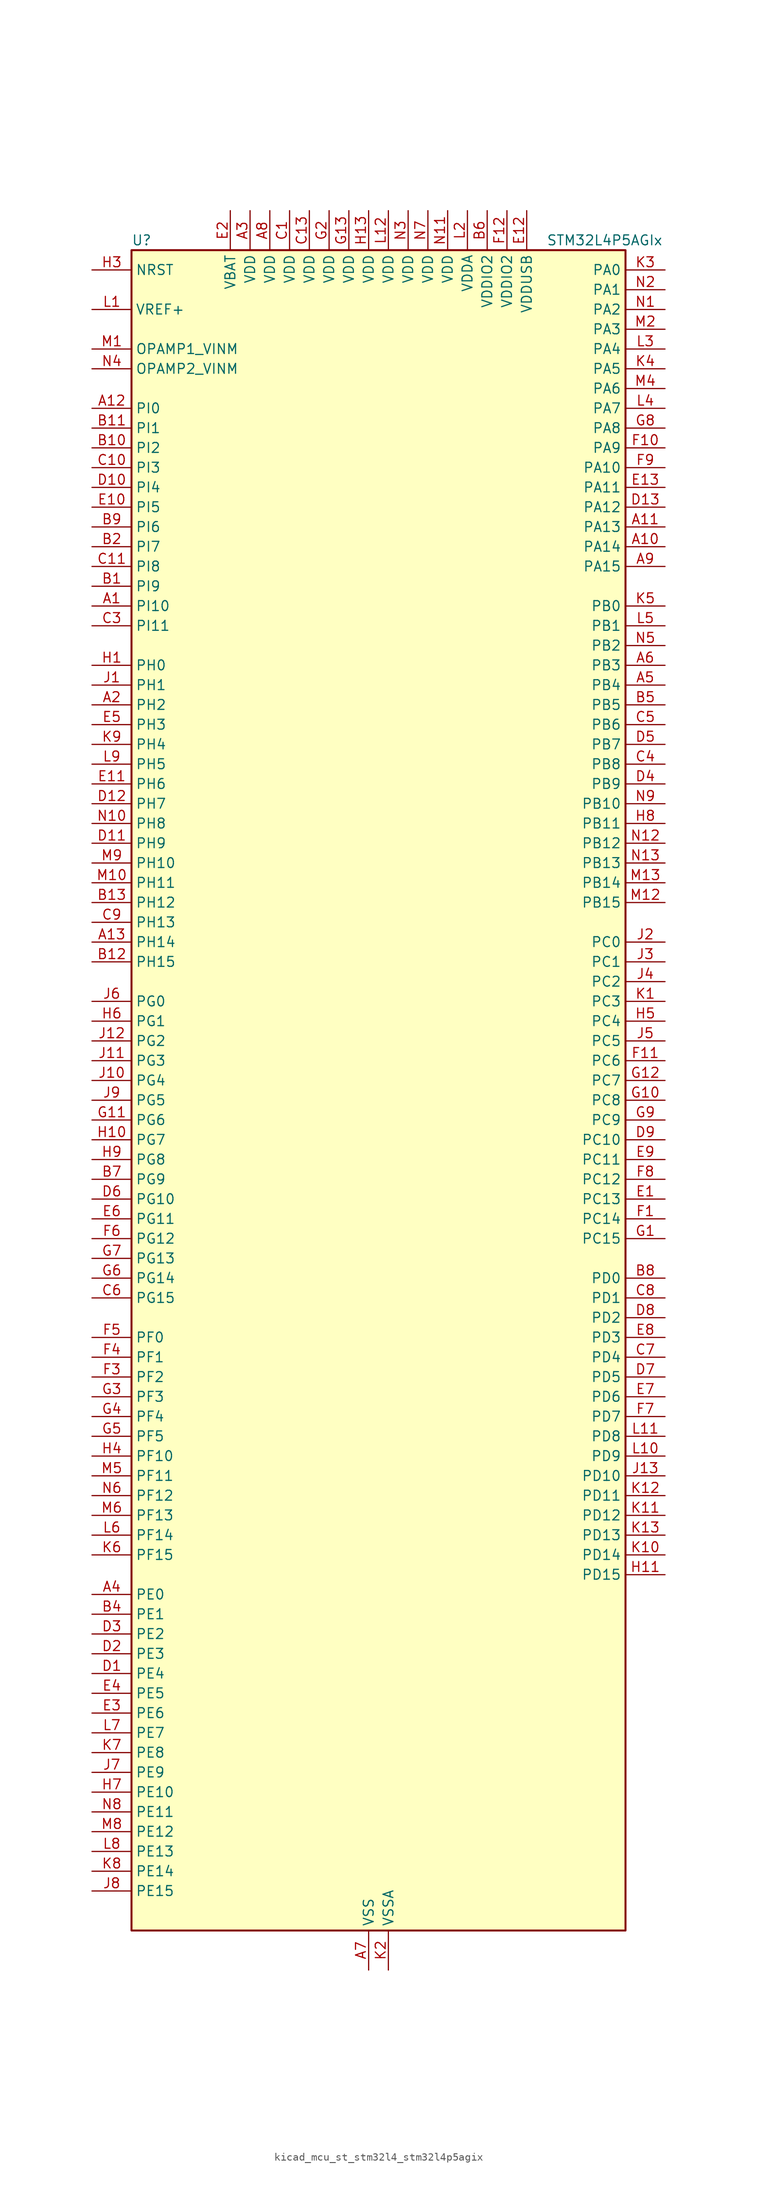
<source format=kicad_sym>
(kicad_symbol_lib
  (version 20220914)
  (generator kicad_symbol_editor)
  (symbol "kicad_mcu_st_stm32l4_stm32l4p5agix"
    (property "Reference" "U"
      (at -30.48 110.49 0)
      (effects (font (size 1.27 1.27)) (justify left)))
    (property "Value" "STM32L4P5AGIx"
      (at 22.86 110.49 0)
      (effects (font (size 1.27 1.27)) (justify left)))
    (property "ki_locked" ""
      (at 0 0 0)
      (effects (font (size 1.27 1.27))))
    (symbol "kicad_mcu_st_stm32l4_stm32l4p5agix_0_1"
      (rectangle (start -30.48 -106.68) (end 33.02 109.22) (stroke (width 0.254) (type default)) (fill (type background))))
    (symbol "kicad_mcu_st_stm32l4_stm32l4p5agix_1_1"
      (pin bidirectional line (at -35.56 63.5 0) (length 5.08) (name "PI10" (effects (font (size 1.27 1.27)))) (number "A1" (effects (font (size 1.27 1.27)))) (alternate "OCTOSPIM_P2_IO1" bidirectional line) (alternate "PSSI_D14" bidirectional line))
      (pin bidirectional line (at 38.1 71.12 180) (length 5.08) (name "PA14" (effects (font (size 1.27 1.27)))) (number "A10" (effects (font (size 1.27 1.27)))) (alternate "I2C1_SMBA" bidirectional line) (alternate "I2C4_SMBA" bidirectional line) (alternate "LPTIM1_OUT" bidirectional line) (alternate "SAI1_FS_B" bidirectional line) (alternate "SYS_JTCK-SWCLK" bidirectional line) (alternate "USB_OTG_FS_SOF" bidirectional line))
      (pin bidirectional line (at 38.1 73.66 180) (length 5.08) (name "PA13" (effects (font (size 1.27 1.27)))) (number "A11" (effects (font (size 1.27 1.27)))) (alternate "IR_OUT" bidirectional line) (alternate "SAI1_SD_B" bidirectional line) (alternate "SYS_JTMS-SWDIO" bidirectional line) (alternate "USB_OTG_FS_NOE" bidirectional line))
      (pin bidirectional line (at -35.56 88.9 0) (length 5.08) (name "PI0" (effects (font (size 1.27 1.27)))) (number "A12" (effects (font (size 1.27 1.27)))) (alternate "DCMI_D13" bidirectional line) (alternate "OCTOSPIM_P1_IO5" bidirectional line) (alternate "PSSI_D13" bidirectional line) (alternate "SPI2_NSS" bidirectional line) (alternate "TIM5_CH4" bidirectional line))
      (pin bidirectional line (at -35.56 20.32 0) (length 5.08) (name "PH14" (effects (font (size 1.27 1.27)))) (number "A13" (effects (font (size 1.27 1.27)))) (alternate "DCMI_D4" bidirectional line) (alternate "PSSI_D4" bidirectional line) (alternate "TIM8_CH2N" bidirectional line))
      (pin bidirectional line (at -35.56 50.8 0) (length 5.08) (name "PH2" (effects (font (size 1.27 1.27)))) (number "A2" (effects (font (size 1.27 1.27)))) (alternate "OCTOSPIM_P1_IO4" bidirectional line))
      (pin power_in line (at -15.24 114.3 270) (length 5.08) (name "VDD" (effects (font (size 1.27 1.27)))) (number "A3" (effects (font (size 1.27 1.27)))))
      (pin bidirectional line (at -35.56 -63.5 0) (length 5.08) (name "PE0" (effects (font (size 1.27 1.27)))) (number "A4" (effects (font (size 1.27 1.27)))) (alternate "DCMI_D2" bidirectional line) (alternate "FMC_NBL0" bidirectional line) (alternate "LTDC_HSYNC" bidirectional line) (alternate "PSSI_D2" bidirectional line) (alternate "TIM16_CH1" bidirectional line) (alternate "TIM4_ETR" bidirectional line))
      (pin bidirectional line (at 38.1 53.34 180) (length 5.08) (name "PB4" (effects (font (size 1.27 1.27)))) (number "A5" (effects (font (size 1.27 1.27)))) (alternate "COMP2_INP" bidirectional line) (alternate "DCMI_D12" bidirectional line) (alternate "I2C3_SDA" bidirectional line) (alternate "OCTOSPIM_P1_IO5" bidirectional line) (alternate "PSSI_D12" bidirectional line) (alternate "SAI1_MCLK_B" bidirectional line) (alternate "SDMMC2_D3" bidirectional line) (alternate "SPI1_MISO" bidirectional line) (alternate "SPI3_MISO" bidirectional line) (alternate "SYS_JTRST" bidirectional line) (alternate "TIM17_BKIN" bidirectional line) (alternate "TIM3_CH1" bidirectional line) (alternate "TSC_G2_IO1" bidirectional line) (alternate "UART5_DE" bidirectional line) (alternate "UART5_RTS" bidirectional line) (alternate "USART1_CTS" bidirectional line) (alternate "USART1_NSS" bidirectional line))
      (pin bidirectional line (at 38.1 55.88 180) (length 5.08) (name "PB3" (effects (font (size 1.27 1.27)))) (number "A6" (effects (font (size 1.27 1.27)))) (alternate "COMP2_INM" bidirectional line) (alternate "CRS_SYNC" bidirectional line) (alternate "OCTOSPIM_P1_IO4" bidirectional line) (alternate "SAI1_SCK_B" bidirectional line) (alternate "SDMMC2_D2" bidirectional line) (alternate "SPI1_SCK" bidirectional line) (alternate "SPI3_SCK" bidirectional line) (alternate "SYS_JTDO-SWO" bidirectional line) (alternate "TIM2_CH2" bidirectional line) (alternate "USART1_DE" bidirectional line) (alternate "USART1_RTS" bidirectional line))
      (pin power_in line (at 0 -111.76 90) (length 5.08) (name "VSS" (effects (font (size 1.27 1.27)))) (number "A7" (effects (font (size 1.27 1.27)))))
      (pin power_in line (at -12.7 114.3 270) (length 5.08) (name "VDD" (effects (font (size 1.27 1.27)))) (number "A8" (effects (font (size 1.27 1.27)))))
      (pin bidirectional line (at 38.1 68.58 180) (length 5.08) (name "PA15" (effects (font (size 1.27 1.27)))) (number "A9" (effects (font (size 1.27 1.27)))) (alternate "ADC1_EXTI15" bidirectional line) (alternate "ADC2_EXTI15" bidirectional line) (alternate "LTDC_HSYNC" bidirectional line) (alternate "SAI2_FS_B" bidirectional line) (alternate "SPI1_NSS" bidirectional line) (alternate "SPI3_NSS" bidirectional line) (alternate "SYS_JTDI" bidirectional line) (alternate "TIM2_CH1" bidirectional line) (alternate "TIM2_ETR" bidirectional line) (alternate "TSC_G3_IO1" bidirectional line) (alternate "UART4_DE" bidirectional line) (alternate "UART4_RTS" bidirectional line) (alternate "USART2_RX" bidirectional line) (alternate "USART3_DE" bidirectional line) (alternate "USART3_RTS" bidirectional line))
      (pin bidirectional line (at -35.56 66.04 0) (length 5.08) (name "PI9" (effects (font (size 1.27 1.27)))) (number "B1" (effects (font (size 1.27 1.27)))) (alternate "CAN1_RX" bidirectional line) (alternate "DAC1_EXTI9" bidirectional line) (alternate "OCTOSPIM_P2_IO2" bidirectional line))
      (pin bidirectional line (at -35.56 83.82 0) (length 5.08) (name "PI2" (effects (font (size 1.27 1.27)))) (number "B10" (effects (font (size 1.27 1.27)))) (alternate "DCMI_D9" bidirectional line) (alternate "PSSI_D9" bidirectional line) (alternate "SPI2_MISO" bidirectional line) (alternate "TIM8_CH4" bidirectional line))
      (pin bidirectional line (at -35.56 86.36 0) (length 5.08) (name "PI1" (effects (font (size 1.27 1.27)))) (number "B11" (effects (font (size 1.27 1.27)))) (alternate "DCMI_D8" bidirectional line) (alternate "PSSI_D8" bidirectional line) (alternate "SPI2_SCK" bidirectional line))
      (pin bidirectional line (at -35.56 17.78 0) (length 5.08) (name "PH15" (effects (font (size 1.27 1.27)))) (number "B12" (effects (font (size 1.27 1.27)))) (alternate "ADC1_EXTI15" bidirectional line) (alternate "ADC2_EXTI15" bidirectional line) (alternate "DCMI_D11" bidirectional line) (alternate "OCTOSPIM_P2_IO6" bidirectional line) (alternate "PSSI_D11" bidirectional line) (alternate "TIM8_CH3N" bidirectional line))
      (pin bidirectional line (at -35.56 25.4 0) (length 5.08) (name "PH12" (effects (font (size 1.27 1.27)))) (number "B13" (effects (font (size 1.27 1.27)))) (alternate "DCMI_D3" bidirectional line) (alternate "OCTOSPIM_P2_IO7" bidirectional line) (alternate "PSSI_D3" bidirectional line) (alternate "TIM5_CH3" bidirectional line))
      (pin bidirectional line (at -35.56 71.12 0) (length 5.08) (name "PI7" (effects (font (size 1.27 1.27)))) (number "B2" (effects (font (size 1.27 1.27)))) (alternate "DCMI_D7" bidirectional line) (alternate "OCTOSPIM_P2_NCLK" bidirectional line) (alternate "PSSI_D7" bidirectional line) (alternate "TIM8_CH3" bidirectional line))
      (pin passive line (at 0 -111.76 90) (length 5.08) hide (name "VSS" (effects (font (size 1.27 1.27)))) (number "B3" (effects (font (size 1.27 1.27)))))
      (pin bidirectional line (at -35.56 -66.04 0) (length 5.08) (name "PE1" (effects (font (size 1.27 1.27)))) (number "B4" (effects (font (size 1.27 1.27)))) (alternate "DCMI_D3" bidirectional line) (alternate "FMC_NBL1" bidirectional line) (alternate "LTDC_VSYNC" bidirectional line) (alternate "PSSI_D3" bidirectional line) (alternate "TIM17_CH1" bidirectional line))
      (pin bidirectional line (at 38.1 50.8 180) (length 5.08) (name "PB5" (effects (font (size 1.27 1.27)))) (number "B5" (effects (font (size 1.27 1.27)))) (alternate "COMP2_OUT" bidirectional line) (alternate "DCMI_D10" bidirectional line) (alternate "I2C1_SMBA" bidirectional line) (alternate "LPTIM1_IN1" bidirectional line) (alternate "OCTOSPIM_P1_IO0" bidirectional line) (alternate "PSSI_D10" bidirectional line) (alternate "SAI1_SD_B" bidirectional line) (alternate "SPI1_MOSI" bidirectional line) (alternate "SPI3_MOSI" bidirectional line) (alternate "TIM16_BKIN" bidirectional line) (alternate "TIM3_CH2" bidirectional line) (alternate "TSC_G2_IO2" bidirectional line) (alternate "UART5_CTS" bidirectional line) (alternate "USART1_CK" bidirectional line))
      (pin power_in line (at 15.24 114.3 270) (length 5.08) (name "VDDIO2" (effects (font (size 1.27 1.27)))) (number "B6" (effects (font (size 1.27 1.27)))))
      (pin bidirectional line (at -35.56 -10.16 0) (length 5.08) (name "PG9" (effects (font (size 1.27 1.27)))) (number "B7" (effects (font (size 1.27 1.27)))) (alternate "DAC1_EXTI9" bidirectional line) (alternate "FMC_NCE" bidirectional line) (alternate "FMC_NE2" bidirectional line) (alternate "OCTOSPIM_P2_IO6" bidirectional line) (alternate "SAI2_SCK_A" bidirectional line) (alternate "SDMMC2_D0" bidirectional line) (alternate "SPI3_SCK" bidirectional line) (alternate "TIM15_CH1N" bidirectional line) (alternate "USART1_TX" bidirectional line))
      (pin bidirectional line (at 38.1 -22.86 180) (length 5.08) (name "PD0" (effects (font (size 1.27 1.27)))) (number "B8" (effects (font (size 1.27 1.27)))) (alternate "CAN1_RX" bidirectional line) (alternate "FMC_D2" bidirectional line) (alternate "FMC_DA2" bidirectional line) (alternate "LTDC_B4" bidirectional line) (alternate "SPI2_NSS" bidirectional line))
      (pin bidirectional line (at -35.56 73.66 0) (length 5.08) (name "PI6" (effects (font (size 1.27 1.27)))) (number "B9" (effects (font (size 1.27 1.27)))) (alternate "DCMI_D6" bidirectional line) (alternate "OCTOSPIM_P2_CLK" bidirectional line) (alternate "PSSI_D6" bidirectional line) (alternate "TIM8_CH2" bidirectional line))
      (pin power_in line (at -10.16 114.3 270) (length 5.08) (name "VDD" (effects (font (size 1.27 1.27)))) (number "C1" (effects (font (size 1.27 1.27)))))
      (pin bidirectional line (at -35.56 81.28 0) (length 5.08) (name "PI3" (effects (font (size 1.27 1.27)))) (number "C10" (effects (font (size 1.27 1.27)))) (alternate "DCMI_D10" bidirectional line) (alternate "PSSI_D10" bidirectional line) (alternate "SPI2_MOSI" bidirectional line) (alternate "TIM8_ETR" bidirectional line))
      (pin bidirectional line (at -35.56 68.58 0) (length 5.08) (name "PI8" (effects (font (size 1.27 1.27)))) (number "C11" (effects (font (size 1.27 1.27)))) (alternate "DCMI_D12" bidirectional line) (alternate "OCTOSPIM_P2_NCS" bidirectional line) (alternate "PSSI_D12" bidirectional line))
      (pin passive line (at 0 -111.76 90) (length 5.08) hide (name "VSS" (effects (font (size 1.27 1.27)))) (number "C12" (effects (font (size 1.27 1.27)))))
      (pin power_in line (at -7.62 114.3 270) (length 5.08) (name "VDD" (effects (font (size 1.27 1.27)))) (number "C13" (effects (font (size 1.27 1.27)))))
      (pin passive line (at 0 -111.76 90) (length 5.08) hide (name "VSS" (effects (font (size 1.27 1.27)))) (number "C2" (effects (font (size 1.27 1.27)))))
      (pin bidirectional line (at -35.56 60.96 0) (length 5.08) (name "PI11" (effects (font (size 1.27 1.27)))) (number "C3" (effects (font (size 1.27 1.27)))) (alternate "ADC1_EXTI11" bidirectional line) (alternate "ADC2_EXTI11" bidirectional line) (alternate "OCTOSPIM_P2_IO0" bidirectional line) (alternate "PSSI_D15" bidirectional line))
      (pin bidirectional line (at 38.1 43.18 180) (length 5.08) (name "PB8" (effects (font (size 1.27 1.27)))) (number "C4" (effects (font (size 1.27 1.27)))) (alternate "CAN1_RX" bidirectional line) (alternate "DCMI_D6" bidirectional line) (alternate "DFSDM1_CKOUT" bidirectional line) (alternate "I2C1_SCL" bidirectional line) (alternate "LTDC_DE" bidirectional line) (alternate "PSSI_D6" bidirectional line) (alternate "SAI1_CK1" bidirectional line) (alternate "SAI1_MCLK_A" bidirectional line) (alternate "SDMMC1_CKIN" bidirectional line) (alternate "SDMMC1_D4" bidirectional line) (alternate "SDMMC2_D4" bidirectional line) (alternate "TIM16_CH1" bidirectional line) (alternate "TIM4_CH3" bidirectional line))
      (pin bidirectional line (at 38.1 48.26 180) (length 5.08) (name "PB6" (effects (font (size 1.27 1.27)))) (number "C5" (effects (font (size 1.27 1.27)))) (alternate "COMP2_INP" bidirectional line) (alternate "DCMI_D5" bidirectional line) (alternate "I2C1_SCL" bidirectional line) (alternate "I2C4_SCL" bidirectional line) (alternate "LPTIM1_ETR" bidirectional line) (alternate "LTDC_R6" bidirectional line) (alternate "PSSI_D5" bidirectional line) (alternate "SAI1_FS_B" bidirectional line) (alternate "TIM16_CH1N" bidirectional line) (alternate "TIM4_CH1" bidirectional line) (alternate "TIM8_BKIN2" bidirectional line) (alternate "TSC_G2_IO3" bidirectional line) (alternate "USART1_TX" bidirectional line))
      (pin bidirectional line (at -35.56 -25.4 0) (length 5.08) (name "PG15" (effects (font (size 1.27 1.27)))) (number "C6" (effects (font (size 1.27 1.27)))) (alternate "ADC1_EXTI15" bidirectional line) (alternate "ADC2_EXTI15" bidirectional line) (alternate "DCMI_D13" bidirectional line) (alternate "I2C1_SMBA" bidirectional line) (alternate "LPTIM1_OUT" bidirectional line) (alternate "OCTOSPIM_P2_DQS" bidirectional line) (alternate "PSSI_D13" bidirectional line))
      (pin bidirectional line (at 38.1 -33.02 180) (length 5.08) (name "PD4" (effects (font (size 1.27 1.27)))) (number "C7" (effects (font (size 1.27 1.27)))) (alternate "DFSDM1_CKIN0" bidirectional line) (alternate "FMC_NOE" bidirectional line) (alternate "OCTOSPIM_P1_IO4" bidirectional line) (alternate "SDMMC2_CKIN" bidirectional line) (alternate "SPI2_MOSI" bidirectional line) (alternate "USART2_DE" bidirectional line) (alternate "USART2_RTS" bidirectional line))
      (pin bidirectional line (at 38.1 -25.4 180) (length 5.08) (name "PD1" (effects (font (size 1.27 1.27)))) (number "C8" (effects (font (size 1.27 1.27)))) (alternate "CAN1_TX" bidirectional line) (alternate "FMC_D3" bidirectional line) (alternate "FMC_DA3" bidirectional line) (alternate "LTDC_B5" bidirectional line) (alternate "SPI2_SCK" bidirectional line))
      (pin bidirectional line (at -35.56 22.86 0) (length 5.08) (name "PH13" (effects (font (size 1.27 1.27)))) (number "C9" (effects (font (size 1.27 1.27)))) (alternate "CAN1_TX" bidirectional line) (alternate "TIM8_CH1N" bidirectional line))
      (pin bidirectional line (at -35.56 -73.66 0) (length 5.08) (name "PE4" (effects (font (size 1.27 1.27)))) (number "D1" (effects (font (size 1.27 1.27)))) (alternate "DCMI_D4" bidirectional line) (alternate "DFSDM1_DATIN3" bidirectional line) (alternate "FMC_A20" bidirectional line) (alternate "LTDC_B7" bidirectional line) (alternate "PSSI_D4" bidirectional line) (alternate "SAI1_D2" bidirectional line) (alternate "SAI1_FS_A" bidirectional line) (alternate "SYS_TRACED1" bidirectional line) (alternate "TIM3_CH2" bidirectional line) (alternate "TSC_G7_IO3" bidirectional line))
      (pin bidirectional line (at -35.56 78.74 0) (length 5.08) (name "PI4" (effects (font (size 1.27 1.27)))) (number "D10" (effects (font (size 1.27 1.27)))) (alternate "DCMI_D5" bidirectional line) (alternate "PSSI_D5" bidirectional line) (alternate "TIM8_BKIN" bidirectional line))
      (pin bidirectional line (at -35.56 33.02 0) (length 5.08) (name "PH9" (effects (font (size 1.27 1.27)))) (number "D11" (effects (font (size 1.27 1.27)))) (alternate "DAC1_EXTI9" bidirectional line) (alternate "DCMI_D0" bidirectional line) (alternate "I2C3_SMBA" bidirectional line) (alternate "OCTOSPIM_P2_IO4" bidirectional line) (alternate "PSSI_D0" bidirectional line))
      (pin bidirectional line (at -35.56 38.1 0) (length 5.08) (name "PH7" (effects (font (size 1.27 1.27)))) (number "D12" (effects (font (size 1.27 1.27)))) (alternate "DCMI_D9" bidirectional line) (alternate "I2C3_SCL" bidirectional line) (alternate "OCTOSPIM_P2_NCLK" bidirectional line) (alternate "PSSI_D9" bidirectional line))
      (pin bidirectional line (at 38.1 76.2 180) (length 5.08) (name "PA12" (effects (font (size 1.27 1.27)))) (number "D13" (effects (font (size 1.27 1.27)))) (alternate "CAN1_TX" bidirectional line) (alternate "LTDC_VSYNC" bidirectional line) (alternate "OCTOSPIM_P2_NCS" bidirectional line) (alternate "SPI1_MOSI" bidirectional line) (alternate "TIM1_ETR" bidirectional line) (alternate "USART1_DE" bidirectional line) (alternate "USART1_RTS" bidirectional line) (alternate "USB_OTG_FS_DP" bidirectional line))
      (pin bidirectional line (at -35.56 -71.12 0) (length 5.08) (name "PE3" (effects (font (size 1.27 1.27)))) (number "D2" (effects (font (size 1.27 1.27)))) (alternate "FMC_A19" bidirectional line) (alternate "LTDC_R6" bidirectional line) (alternate "OCTOSPIM_P1_DQS" bidirectional line) (alternate "SAI1_SD_B" bidirectional line) (alternate "SYS_TRACED0" bidirectional line) (alternate "TIM3_CH1" bidirectional line) (alternate "TSC_G7_IO2" bidirectional line))
      (pin bidirectional line (at -35.56 -68.58 0) (length 5.08) (name "PE2" (effects (font (size 1.27 1.27)))) (number "D3" (effects (font (size 1.27 1.27)))) (alternate "FMC_A23" bidirectional line) (alternate "LTDC_R7" bidirectional line) (alternate "SAI1_CK1" bidirectional line) (alternate "SAI1_MCLK_A" bidirectional line) (alternate "SYS_TRACECLK" bidirectional line) (alternate "TIM3_ETR" bidirectional line) (alternate "TSC_G7_IO1" bidirectional line))
      (pin bidirectional line (at 38.1 40.64 180) (length 5.08) (name "PB9" (effects (font (size 1.27 1.27)))) (number "D4" (effects (font (size 1.27 1.27)))) (alternate "CAN1_TX" bidirectional line) (alternate "DAC1_EXTI9" bidirectional line) (alternate "DCMI_D7" bidirectional line) (alternate "I2C1_SDA" bidirectional line) (alternate "IR_OUT" bidirectional line) (alternate "PSSI_D7" bidirectional line) (alternate "SAI1_D2" bidirectional line) (alternate "SAI1_FS_A" bidirectional line) (alternate "SDMMC1_CDIR" bidirectional line) (alternate "SDMMC1_D5" bidirectional line) (alternate "SDMMC2_D5" bidirectional line) (alternate "SPI2_NSS" bidirectional line) (alternate "TIM17_CH1" bidirectional line) (alternate "TIM4_CH4" bidirectional line))
      (pin bidirectional line (at 38.1 45.72 180) (length 5.08) (name "PB7" (effects (font (size 1.27 1.27)))) (number "D5" (effects (font (size 1.27 1.27)))) (alternate "COMP2_INM" bidirectional line) (alternate "DCMI_VSYNC" bidirectional line) (alternate "FMC_NL" bidirectional line) (alternate "I2C1_SDA" bidirectional line) (alternate "I2C4_SDA" bidirectional line) (alternate "LPTIM1_IN2" bidirectional line) (alternate "LTDC_VSYNC" bidirectional line) (alternate "PSSI_RDY" bidirectional line) (alternate "SYS_PVD_IN" bidirectional line) (alternate "TIM17_CH1N" bidirectional line) (alternate "TIM4_CH2" bidirectional line) (alternate "TIM8_BKIN" bidirectional line) (alternate "TSC_G2_IO4" bidirectional line) (alternate "UART4_CTS" bidirectional line) (alternate "USART1_RX" bidirectional line))
      (pin bidirectional line (at -35.56 -12.7 0) (length 5.08) (name "PG10" (effects (font (size 1.27 1.27)))) (number "D6" (effects (font (size 1.27 1.27)))) (alternate "FMC_NE3" bidirectional line) (alternate "LPTIM1_IN1" bidirectional line) (alternate "OCTOSPIM_P2_IO7" bidirectional line) (alternate "SAI2_FS_A" bidirectional line) (alternate "SDMMC2_D1" bidirectional line) (alternate "SPI3_MISO" bidirectional line) (alternate "TIM15_CH1" bidirectional line) (alternate "USART1_RX" bidirectional line))
      (pin bidirectional line (at 38.1 -35.56 180) (length 5.08) (name "PD5" (effects (font (size 1.27 1.27)))) (number "D7" (effects (font (size 1.27 1.27)))) (alternate "FMC_NWE" bidirectional line) (alternate "OCTOSPIM_P1_IO5" bidirectional line) (alternate "USART2_TX" bidirectional line))
      (pin bidirectional line (at 38.1 -27.94 180) (length 5.08) (name "PD2" (effects (font (size 1.27 1.27)))) (number "D8" (effects (font (size 1.27 1.27)))) (alternate "DCMI_D11" bidirectional line) (alternate "PSSI_D11" bidirectional line) (alternate "SDMMC1_CMD" bidirectional line) (alternate "SYS_TRACED2" bidirectional line) (alternate "TIM3_ETR" bidirectional line) (alternate "TSC_SYNC" bidirectional line) (alternate "UART5_RX" bidirectional line) (alternate "USART3_DE" bidirectional line) (alternate "USART3_RTS" bidirectional line))
      (pin bidirectional line (at 38.1 -5.08 180) (length 5.08) (name "PC10" (effects (font (size 1.27 1.27)))) (number "D9" (effects (font (size 1.27 1.27)))) (alternate "DCMI_D8" bidirectional line) (alternate "DCMI_VSYNC" bidirectional line) (alternate "PSSI_D8" bidirectional line) (alternate "PSSI_RDY" bidirectional line) (alternate "SAI2_SCK_B" bidirectional line) (alternate "SDMMC1_D2" bidirectional line) (alternate "SPI3_SCK" bidirectional line) (alternate "SYS_TRACED1" bidirectional line) (alternate "TSC_G3_IO2" bidirectional line) (alternate "UART4_TX" bidirectional line) (alternate "USART3_TX" bidirectional line))
      (pin bidirectional line (at 38.1 -12.7 180) (length 5.08) (name "PC13" (effects (font (size 1.27 1.27)))) (number "E1" (effects (font (size 1.27 1.27)))) (alternate "RTC_OUT1" bidirectional line) (alternate "RTC_TAMP1" bidirectional line) (alternate "RTC_TS" bidirectional line) (alternate "SYS_WKUP2" bidirectional line))
      (pin bidirectional line (at -35.56 76.2 0) (length 5.08) (name "PI5" (effects (font (size 1.27 1.27)))) (number "E10" (effects (font (size 1.27 1.27)))) (alternate "DCMI_VSYNC" bidirectional line) (alternate "OCTOSPIM_P2_NCS" bidirectional line) (alternate "PSSI_RDY" bidirectional line) (alternate "TIM8_CH1" bidirectional line))
      (pin bidirectional line (at -35.56 40.64 0) (length 5.08) (name "PH6" (effects (font (size 1.27 1.27)))) (number "E11" (effects (font (size 1.27 1.27)))) (alternate "DCMI_D8" bidirectional line) (alternate "I2C2_SMBA" bidirectional line) (alternate "OCTOSPIM_P2_CLK" bidirectional line) (alternate "PSSI_D8" bidirectional line))
      (pin power_in line (at 20.32 114.3 270) (length 5.08) (name "VDDUSB" (effects (font (size 1.27 1.27)))) (number "E12" (effects (font (size 1.27 1.27)))))
      (pin bidirectional line (at 38.1 78.74 180) (length 5.08) (name "PA11" (effects (font (size 1.27 1.27)))) (number "E13" (effects (font (size 1.27 1.27)))) (alternate "ADC1_EXTI11" bidirectional line) (alternate "ADC2_EXTI11" bidirectional line) (alternate "CAN1_RX" bidirectional line) (alternate "LTDC_DE" bidirectional line) (alternate "SPI1_MISO" bidirectional line) (alternate "TIM1_BKIN2" bidirectional line) (alternate "TIM1_CH4" bidirectional line) (alternate "USART1_CTS" bidirectional line) (alternate "USART1_NSS" bidirectional line) (alternate "USB_OTG_FS_DM" bidirectional line))
      (pin power_in line (at -17.78 114.3 270) (length 5.08) (name "VBAT" (effects (font (size 1.27 1.27)))) (number "E2" (effects (font (size 1.27 1.27)))))
      (pin bidirectional line (at -35.56 -78.74 0) (length 5.08) (name "PE6" (effects (font (size 1.27 1.27)))) (number "E3" (effects (font (size 1.27 1.27)))) (alternate "DCMI_D7" bidirectional line) (alternate "FMC_A22" bidirectional line) (alternate "LTDC_G6" bidirectional line) (alternate "PSSI_D7" bidirectional line) (alternate "RTC_TAMP3" bidirectional line) (alternate "SAI1_D1" bidirectional line) (alternate "SAI1_SD_A" bidirectional line) (alternate "SYS_TRACED3" bidirectional line) (alternate "SYS_WKUP3" bidirectional line) (alternate "TIM3_CH4" bidirectional line))
      (pin bidirectional line (at -35.56 -76.2 0) (length 5.08) (name "PE5" (effects (font (size 1.27 1.27)))) (number "E4" (effects (font (size 1.27 1.27)))) (alternate "DCMI_D6" bidirectional line) (alternate "DFSDM1_CKIN3" bidirectional line) (alternate "FMC_A21" bidirectional line) (alternate "LTDC_G7" bidirectional line) (alternate "PSSI_D6" bidirectional line) (alternate "SAI1_CK2" bidirectional line) (alternate "SAI1_SCK_A" bidirectional line) (alternate "SYS_TRACED2" bidirectional line) (alternate "TIM3_CH3" bidirectional line) (alternate "TSC_G7_IO4" bidirectional line))
      (pin bidirectional line (at -35.56 48.26 0) (length 5.08) (name "PH3" (effects (font (size 1.27 1.27)))) (number "E5" (effects (font (size 1.27 1.27)))))
      (pin bidirectional line (at -35.56 -15.24 0) (length 5.08) (name "PG11" (effects (font (size 1.27 1.27)))) (number "E6" (effects (font (size 1.27 1.27)))) (alternate "ADC1_EXTI11" bidirectional line) (alternate "ADC2_EXTI11" bidirectional line) (alternate "LPTIM1_IN2" bidirectional line) (alternate "OCTOSPIM_P1_IO5" bidirectional line) (alternate "SAI2_MCLK_A" bidirectional line) (alternate "SDMMC2_D2" bidirectional line) (alternate "SPI3_MOSI" bidirectional line) (alternate "TIM15_CH2" bidirectional line) (alternate "USART1_CTS" bidirectional line) (alternate "USART1_NSS" bidirectional line))
      (pin bidirectional line (at 38.1 -38.1 180) (length 5.08) (name "PD6" (effects (font (size 1.27 1.27)))) (number "E7" (effects (font (size 1.27 1.27)))) (alternate "DCMI_D10" bidirectional line) (alternate "DFSDM1_DATIN1" bidirectional line) (alternate "FMC_NWAIT" bidirectional line) (alternate "LTDC_DE" bidirectional line) (alternate "OCTOSPIM_P1_IO6" bidirectional line) (alternate "PSSI_D10" bidirectional line) (alternate "SAI1_D1" bidirectional line) (alternate "SAI1_SD_A" bidirectional line) (alternate "SDMMC2_CK" bidirectional line) (alternate "SPI3_MOSI" bidirectional line) (alternate "USART2_RX" bidirectional line))
      (pin bidirectional line (at 38.1 -30.48 180) (length 5.08) (name "PD3" (effects (font (size 1.27 1.27)))) (number "E8" (effects (font (size 1.27 1.27)))) (alternate "DCMI_D5" bidirectional line) (alternate "DFSDM1_DATIN0" bidirectional line) (alternate "FMC_CLK" bidirectional line) (alternate "LTDC_CLK" bidirectional line) (alternate "OCTOSPIM_P2_NCS" bidirectional line) (alternate "PSSI_D5" bidirectional line) (alternate "SPI2_MISO" bidirectional line) (alternate "SPI2_SCK" bidirectional line) (alternate "USART2_CTS" bidirectional line) (alternate "USART2_NSS" bidirectional line))
      (pin bidirectional line (at 38.1 -7.62 180) (length 5.08) (name "PC11" (effects (font (size 1.27 1.27)))) (number "E9" (effects (font (size 1.27 1.27)))) (alternate "ADC1_EXTI11" bidirectional line) (alternate "ADC2_EXTI11" bidirectional line) (alternate "DCMI_D2" bidirectional line) (alternate "DCMI_D4" bidirectional line) (alternate "OCTOSPIM_P1_NCS" bidirectional line) (alternate "PSSI_D2" bidirectional line) (alternate "PSSI_D4" bidirectional line) (alternate "SAI2_MCLK_B" bidirectional line) (alternate "SDMMC1_D3" bidirectional line) (alternate "SPI3_MISO" bidirectional line) (alternate "TSC_G3_IO3" bidirectional line) (alternate "UART4_RX" bidirectional line) (alternate "USART3_RX" bidirectional line))
      (pin bidirectional line (at 38.1 -15.24 180) (length 5.08) (name "PC14" (effects (font (size 1.27 1.27)))) (number "F1" (effects (font (size 1.27 1.27)))) (alternate "RCC_OSC32_IN" bidirectional line))
      (pin bidirectional line (at 38.1 83.82 180) (length 5.08) (name "PA9" (effects (font (size 1.27 1.27)))) (number "F10" (effects (font (size 1.27 1.27)))) (alternate "DAC1_EXTI9" bidirectional line) (alternate "DCMI_D0" bidirectional line) (alternate "LTDC_G7" bidirectional line) (alternate "PSSI_D0" bidirectional line) (alternate "SAI1_FS_A" bidirectional line) (alternate "SPI2_SCK" bidirectional line) (alternate "TIM15_BKIN" bidirectional line) (alternate "TIM1_CH2" bidirectional line) (alternate "USART1_TX" bidirectional line) (alternate "USB_OTG_FS_VBUS" bidirectional line))
      (pin bidirectional line (at 38.1 5.08 180) (length 5.08) (name "PC6" (effects (font (size 1.27 1.27)))) (number "F11" (effects (font (size 1.27 1.27)))) (alternate "DCMI_D0" bidirectional line) (alternate "DFSDM1_CKIN3" bidirectional line) (alternate "LTDC_G7" bidirectional line) (alternate "PSSI_D0" bidirectional line) (alternate "SAI2_MCLK_A" bidirectional line) (alternate "SDMMC1_D0DIR" bidirectional line) (alternate "SDMMC1_D6" bidirectional line) (alternate "SDMMC2_D6" bidirectional line) (alternate "TIM3_CH1" bidirectional line) (alternate "TIM8_CH1" bidirectional line) (alternate "TSC_G4_IO1" bidirectional line))
      (pin power_in line (at 17.78 114.3 270) (length 5.08) (name "VDDIO2" (effects (font (size 1.27 1.27)))) (number "F12" (effects (font (size 1.27 1.27)))))
      (pin passive line (at 0 -111.76 90) (length 5.08) hide (name "VSS" (effects (font (size 1.27 1.27)))) (number "F13" (effects (font (size 1.27 1.27)))))
      (pin passive line (at 0 -111.76 90) (length 5.08) hide (name "VSS" (effects (font (size 1.27 1.27)))) (number "F2" (effects (font (size 1.27 1.27)))))
      (pin bidirectional line (at -35.56 -35.56 0) (length 5.08) (name "PF2" (effects (font (size 1.27 1.27)))) (number "F3" (effects (font (size 1.27 1.27)))) (alternate "FMC_A2" bidirectional line) (alternate "I2C2_SMBA" bidirectional line) (alternate "OCTOSPIM_P2_IO2" bidirectional line))
      (pin bidirectional line (at -35.56 -33.02 0) (length 5.08) (name "PF1" (effects (font (size 1.27 1.27)))) (number "F4" (effects (font (size 1.27 1.27)))) (alternate "FMC_A1" bidirectional line) (alternate "I2C2_SCL" bidirectional line) (alternate "OCTOSPIM_P2_IO1" bidirectional line))
      (pin bidirectional line (at -35.56 -30.48 0) (length 5.08) (name "PF0" (effects (font (size 1.27 1.27)))) (number "F5" (effects (font (size 1.27 1.27)))) (alternate "FMC_A0" bidirectional line) (alternate "I2C2_SDA" bidirectional line) (alternate "OCTOSPIM_P2_IO0" bidirectional line))
      (pin bidirectional line (at -35.56 -17.78 0) (length 5.08) (name "PG12" (effects (font (size 1.27 1.27)))) (number "F6" (effects (font (size 1.27 1.27)))) (alternate "FMC_NE4" bidirectional line) (alternate "LPTIM1_ETR" bidirectional line) (alternate "OCTOSPIM_P2_NCS" bidirectional line) (alternate "SAI2_SD_A" bidirectional line) (alternate "SDMMC2_D3" bidirectional line) (alternate "SPI3_NSS" bidirectional line) (alternate "USART1_DE" bidirectional line) (alternate "USART1_RTS" bidirectional line))
      (pin bidirectional line (at 38.1 -40.64 180) (length 5.08) (name "PD7" (effects (font (size 1.27 1.27)))) (number "F7" (effects (font (size 1.27 1.27)))) (alternate "DFSDM1_CKIN1" bidirectional line) (alternate "FMC_NCE" bidirectional line) (alternate "FMC_NE1" bidirectional line) (alternate "OCTOSPIM_P1_IO7" bidirectional line) (alternate "SDMMC2_CMD" bidirectional line) (alternate "USART2_CK" bidirectional line))
      (pin bidirectional line (at 38.1 -10.16 180) (length 5.08) (name "PC12" (effects (font (size 1.27 1.27)))) (number "F8" (effects (font (size 1.27 1.27)))) (alternate "DCMI_D9" bidirectional line) (alternate "LTDC_R6" bidirectional line) (alternate "PSSI_D9" bidirectional line) (alternate "SAI2_SD_B" bidirectional line) (alternate "SDMMC1_CK" bidirectional line) (alternate "SPI3_MOSI" bidirectional line) (alternate "SYS_TRACED3" bidirectional line) (alternate "TSC_G3_IO4" bidirectional line) (alternate "UART5_TX" bidirectional line) (alternate "USART3_CK" bidirectional line))
      (pin bidirectional line (at 38.1 81.28 180) (length 5.08) (name "PA10" (effects (font (size 1.27 1.27)))) (number "F9" (effects (font (size 1.27 1.27)))) (alternate "DCMI_D1" bidirectional line) (alternate "LTDC_G6" bidirectional line) (alternate "PSSI_D1" bidirectional line) (alternate "SAI1_D1" bidirectional line) (alternate "SAI1_SD_A" bidirectional line) (alternate "TIM17_BKIN" bidirectional line) (alternate "TIM1_CH3" bidirectional line) (alternate "USART1_RX" bidirectional line) (alternate "USB_OTG_FS_ID" bidirectional line))
      (pin bidirectional line (at 38.1 -17.78 180) (length 5.08) (name "PC15" (effects (font (size 1.27 1.27)))) (number "G1" (effects (font (size 1.27 1.27)))) (alternate "ADC1_EXTI15" bidirectional line) (alternate "ADC2_EXTI15" bidirectional line) (alternate "RCC_OSC32_OUT" bidirectional line))
      (pin bidirectional line (at 38.1 0 180) (length 5.08) (name "PC8" (effects (font (size 1.27 1.27)))) (number "G10" (effects (font (size 1.27 1.27)))) (alternate "DCMI_D2" bidirectional line) (alternate "PSSI_D2" bidirectional line) (alternate "SDMMC1_D0" bidirectional line) (alternate "TIM3_CH3" bidirectional line) (alternate "TIM8_CH3" bidirectional line) (alternate "TSC_G4_IO3" bidirectional line))
      (pin bidirectional line (at -35.56 -2.54 0) (length 5.08) (name "PG6" (effects (font (size 1.27 1.27)))) (number "G11" (effects (font (size 1.27 1.27)))) (alternate "I2C3_SMBA" bidirectional line) (alternate "LPUART1_DE" bidirectional line) (alternate "LPUART1_RTS" bidirectional line) (alternate "LTDC_R1" bidirectional line) (alternate "OCTOSPIM_P1_DQS" bidirectional line))
      (pin bidirectional line (at 38.1 2.54 180) (length 5.08) (name "PC7" (effects (font (size 1.27 1.27)))) (number "G12" (effects (font (size 1.27 1.27)))) (alternate "DCMI_D1" bidirectional line) (alternate "DFSDM1_DATIN3" bidirectional line) (alternate "LTDC_B6" bidirectional line) (alternate "PSSI_D1" bidirectional line) (alternate "SAI2_MCLK_B" bidirectional line) (alternate "SDMMC1_D123DIR" bidirectional line) (alternate "SDMMC1_D7" bidirectional line) (alternate "SDMMC2_D7" bidirectional line) (alternate "TIM3_CH2" bidirectional line) (alternate "TIM8_CH2" bidirectional line) (alternate "TSC_G4_IO2" bidirectional line))
      (pin power_in line (at -2.54 114.3 270) (length 5.08) (name "VDD" (effects (font (size 1.27 1.27)))) (number "G13" (effects (font (size 1.27 1.27)))))
      (pin power_in line (at -5.08 114.3 270) (length 5.08) (name "VDD" (effects (font (size 1.27 1.27)))) (number "G2" (effects (font (size 1.27 1.27)))))
      (pin bidirectional line (at -35.56 -38.1 0) (length 5.08) (name "PF3" (effects (font (size 1.27 1.27)))) (number "G3" (effects (font (size 1.27 1.27)))) (alternate "FMC_A3" bidirectional line) (alternate "OCTOSPIM_P2_IO3" bidirectional line))
      (pin bidirectional line (at -35.56 -40.64 0) (length 5.08) (name "PF4" (effects (font (size 1.27 1.27)))) (number "G4" (effects (font (size 1.27 1.27)))) (alternate "FMC_A4" bidirectional line) (alternate "OCTOSPIM_P2_CLK" bidirectional line))
      (pin bidirectional line (at -35.56 -43.18 0) (length 5.08) (name "PF5" (effects (font (size 1.27 1.27)))) (number "G5" (effects (font (size 1.27 1.27)))) (alternate "FMC_A5" bidirectional line) (alternate "OCTOSPIM_P2_NCLK" bidirectional line))
      (pin bidirectional line (at -35.56 -22.86 0) (length 5.08) (name "PG14" (effects (font (size 1.27 1.27)))) (number "G6" (effects (font (size 1.27 1.27)))) (alternate "FMC_A25" bidirectional line) (alternate "I2C1_SCL" bidirectional line) (alternate "LTDC_R1" bidirectional line))
      (pin bidirectional line (at -35.56 -20.32 0) (length 5.08) (name "PG13" (effects (font (size 1.27 1.27)))) (number "G7" (effects (font (size 1.27 1.27)))) (alternate "FMC_A24" bidirectional line) (alternate "I2C1_SDA" bidirectional line) (alternate "LTDC_R0" bidirectional line) (alternate "USART1_CK" bidirectional line))
      (pin bidirectional line (at 38.1 86.36 180) (length 5.08) (name "PA8" (effects (font (size 1.27 1.27)))) (number "G8" (effects (font (size 1.27 1.27)))) (alternate "LPTIM2_OUT" bidirectional line) (alternate "LTDC_B7" bidirectional line) (alternate "RCC_MCO" bidirectional line) (alternate "SAI1_CK2" bidirectional line) (alternate "SAI1_SCK_A" bidirectional line) (alternate "TIM1_CH1" bidirectional line) (alternate "USART1_CK" bidirectional line) (alternate "USB_OTG_FS_SOF" bidirectional line))
      (pin bidirectional line (at 38.1 -2.54 180) (length 5.08) (name "PC9" (effects (font (size 1.27 1.27)))) (number "G9" (effects (font (size 1.27 1.27)))) (alternate "DAC1_EXTI9" bidirectional line) (alternate "DCMI_D3" bidirectional line) (alternate "I2C3_SDA" bidirectional line) (alternate "PSSI_D3" bidirectional line) (alternate "SAI2_EXTCLK" bidirectional line) (alternate "SDMMC1_D1" bidirectional line) (alternate "SYS_TRACED0" bidirectional line) (alternate "TIM3_CH4" bidirectional line) (alternate "TIM8_BKIN2" bidirectional line) (alternate "TIM8_CH4" bidirectional line) (alternate "TSC_G4_IO4" bidirectional line) (alternate "USB_OTG_FS_NOE" bidirectional line))
      (pin bidirectional line (at -35.56 55.88 0) (length 5.08) (name "PH0" (effects (font (size 1.27 1.27)))) (number "H1" (effects (font (size 1.27 1.27)))) (alternate "RCC_OSC_IN" bidirectional line))
      (pin bidirectional line (at -35.56 -5.08 0) (length 5.08) (name "PG7" (effects (font (size 1.27 1.27)))) (number "H10" (effects (font (size 1.27 1.27)))) (alternate "DFSDM1_CKOUT" bidirectional line) (alternate "FMC_INT" bidirectional line) (alternate "I2C3_SCL" bidirectional line) (alternate "LPUART1_TX" bidirectional line) (alternate "OCTOSPIM_P2_DQS" bidirectional line) (alternate "SAI1_CK1" bidirectional line) (alternate "SAI1_MCLK_A" bidirectional line))
      (pin bidirectional line (at 38.1 -60.96 180) (length 5.08) (name "PD15" (effects (font (size 1.27 1.27)))) (number "H11" (effects (font (size 1.27 1.27)))) (alternate "ADC1_EXTI15" bidirectional line) (alternate "ADC2_EXTI15" bidirectional line) (alternate "FMC_D1" bidirectional line) (alternate "FMC_DA1" bidirectional line) (alternate "LTDC_B3" bidirectional line) (alternate "TIM4_CH4" bidirectional line))
      (pin passive line (at 0 -111.76 90) (length 5.08) hide (name "VSS" (effects (font (size 1.27 1.27)))) (number "H12" (effects (font (size 1.27 1.27)))))
      (pin power_in line (at 0 114.3 270) (length 5.08) (name "VDD" (effects (font (size 1.27 1.27)))) (number "H13" (effects (font (size 1.27 1.27)))))
      (pin passive line (at 0 -111.76 90) (length 5.08) hide (name "VSS" (effects (font (size 1.27 1.27)))) (number "H2" (effects (font (size 1.27 1.27)))))
      (pin input line (at -35.56 106.68 0) (length 5.08) (name "NRST" (effects (font (size 1.27 1.27)))) (number "H3" (effects (font (size 1.27 1.27)))))
      (pin bidirectional line (at -35.56 -45.72 0) (length 5.08) (name "PF10" (effects (font (size 1.27 1.27)))) (number "H4" (effects (font (size 1.27 1.27)))) (alternate "DCMI_D11" bidirectional line) (alternate "DFSDM1_CKOUT" bidirectional line) (alternate "OCTOSPIM_P1_CLK" bidirectional line) (alternate "PSSI_D11" bidirectional line) (alternate "PSSI_D15" bidirectional line) (alternate "SAI1_D3" bidirectional line) (alternate "TIM15_CH2" bidirectional line))
      (pin bidirectional line (at 38.1 10.16 180) (length 5.08) (name "PC4" (effects (font (size 1.27 1.27)))) (number "H5" (effects (font (size 1.27 1.27)))) (alternate "ADC1_IN13" bidirectional line) (alternate "ADC2_IN13" bidirectional line) (alternate "COMP1_INM" bidirectional line) (alternate "OCTOSPIM_P1_IO7" bidirectional line) (alternate "OCTOSPIM_P2_NCS" bidirectional line) (alternate "USART3_TX" bidirectional line))
      (pin bidirectional line (at -35.56 10.16 0) (length 5.08) (name "PG1" (effects (font (size 1.27 1.27)))) (number "H6" (effects (font (size 1.27 1.27)))) (alternate "FMC_A11" bidirectional line) (alternate "OCTOSPIM_P2_IO5" bidirectional line) (alternate "TSC_G8_IO4" bidirectional line))
      (pin bidirectional line (at -35.56 -88.9 0) (length 5.08) (name "PE10" (effects (font (size 1.27 1.27)))) (number "H7" (effects (font (size 1.27 1.27)))) (alternate "FMC_D7" bidirectional line) (alternate "FMC_DA7" bidirectional line) (alternate "LTDC_G3" bidirectional line) (alternate "OCTOSPIM_P1_CLK" bidirectional line) (alternate "SAI1_MCLK_B" bidirectional line) (alternate "TIM1_CH2N" bidirectional line) (alternate "TSC_G5_IO1" bidirectional line))
      (pin bidirectional line (at 38.1 35.56 180) (length 5.08) (name "PB11" (effects (font (size 1.27 1.27)))) (number "H8" (effects (font (size 1.27 1.27)))) (alternate "ADC1_EXTI11" bidirectional line) (alternate "ADC2_EXTI11" bidirectional line) (alternate "COMP2_OUT" bidirectional line) (alternate "I2C2_SDA" bidirectional line) (alternate "I2C4_SDA" bidirectional line) (alternate "LPUART1_TX" bidirectional line) (alternate "LTDC_VSYNC" bidirectional line) (alternate "OCTOSPIM_P1_NCS" bidirectional line) (alternate "TIM2_CH4" bidirectional line) (alternate "USART3_RX" bidirectional line))
      (pin bidirectional line (at -35.56 -7.62 0) (length 5.08) (name "PG8" (effects (font (size 1.27 1.27)))) (number "H9" (effects (font (size 1.27 1.27)))) (alternate "I2C3_SDA" bidirectional line) (alternate "LPUART1_RX" bidirectional line))
      (pin bidirectional line (at -35.56 53.34 0) (length 5.08) (name "PH1" (effects (font (size 1.27 1.27)))) (number "J1" (effects (font (size 1.27 1.27)))) (alternate "RCC_OSC_OUT" bidirectional line))
      (pin bidirectional line (at -35.56 2.54 0) (length 5.08) (name "PG4" (effects (font (size 1.27 1.27)))) (number "J10" (effects (font (size 1.27 1.27)))) (alternate "FMC_A14" bidirectional line) (alternate "SAI2_MCLK_B" bidirectional line) (alternate "SDMMC2_D6" bidirectional line) (alternate "SPI1_MOSI" bidirectional line))
      (pin bidirectional line (at -35.56 5.08 0) (length 5.08) (name "PG3" (effects (font (size 1.27 1.27)))) (number "J11" (effects (font (size 1.27 1.27)))) (alternate "FMC_A13" bidirectional line) (alternate "SAI2_FS_B" bidirectional line) (alternate "SDMMC2_D5" bidirectional line) (alternate "SPI1_MISO" bidirectional line))
      (pin bidirectional line (at -35.56 7.62 0) (length 5.08) (name "PG2" (effects (font (size 1.27 1.27)))) (number "J12" (effects (font (size 1.27 1.27)))) (alternate "FMC_A12" bidirectional line) (alternate "SAI2_SCK_B" bidirectional line) (alternate "SDMMC2_D4" bidirectional line) (alternate "SPI1_SCK" bidirectional line))
      (pin bidirectional line (at 38.1 -48.26 180) (length 5.08) (name "PD10" (effects (font (size 1.27 1.27)))) (number "J13" (effects (font (size 1.27 1.27)))) (alternate "FMC_D15" bidirectional line) (alternate "FMC_DA15" bidirectional line) (alternate "LTDC_R5" bidirectional line) (alternate "SAI2_SCK_A" bidirectional line) (alternate "TSC_G6_IO1" bidirectional line) (alternate "USART3_CK" bidirectional line))
      (pin bidirectional line (at 38.1 20.32 180) (length 5.08) (name "PC0" (effects (font (size 1.27 1.27)))) (number "J2" (effects (font (size 1.27 1.27)))) (alternate "ADC1_IN1" bidirectional line) (alternate "ADC2_IN1" bidirectional line) (alternate "I2C3_SCL" bidirectional line) (alternate "LPTIM1_IN1" bidirectional line) (alternate "LPTIM2_IN1" bidirectional line) (alternate "LPUART1_RX" bidirectional line) (alternate "LTDC_DE" bidirectional line) (alternate "SAI2_FS_A" bidirectional line) (alternate "SDMMC1_CMD" bidirectional line) (alternate "SDMMC2_CKIN" bidirectional line))
      (pin bidirectional line (at 38.1 17.78 180) (length 5.08) (name "PC1" (effects (font (size 1.27 1.27)))) (number "J3" (effects (font (size 1.27 1.27)))) (alternate "ADC1_IN2" bidirectional line) (alternate "ADC2_IN2" bidirectional line) (alternate "I2C3_SDA" bidirectional line) (alternate "LPTIM1_OUT" bidirectional line) (alternate "LPUART1_TX" bidirectional line) (alternate "OCTOSPIM_P1_IO4" bidirectional line) (alternate "SAI1_SD_A" bidirectional line) (alternate "SPI2_MOSI" bidirectional line) (alternate "SYS_TRACED0" bidirectional line))
      (pin bidirectional line (at 38.1 15.24 180) (length 5.08) (name "PC2" (effects (font (size 1.27 1.27)))) (number "J4" (effects (font (size 1.27 1.27)))) (alternate "ADC1_IN3" bidirectional line) (alternate "ADC2_IN3" bidirectional line) (alternate "DFSDM1_CKOUT" bidirectional line) (alternate "LPTIM1_IN2" bidirectional line) (alternate "LTDC_HSYNC" bidirectional line) (alternate "OCTOSPIM_P1_IO5" bidirectional line) (alternate "SPI2_MISO" bidirectional line))
      (pin bidirectional line (at 38.1 7.62 180) (length 5.08) (name "PC5" (effects (font (size 1.27 1.27)))) (number "J5" (effects (font (size 1.27 1.27)))) (alternate "ADC1_IN14" bidirectional line) (alternate "ADC2_IN14" bidirectional line) (alternate "COMP1_INP" bidirectional line) (alternate "LTDC_CLK" bidirectional line) (alternate "PSSI_D15" bidirectional line) (alternate "SAI1_D3" bidirectional line) (alternate "SYS_WKUP5" bidirectional line) (alternate "USART3_RX" bidirectional line))
      (pin bidirectional line (at -35.56 12.7 0) (length 5.08) (name "PG0" (effects (font (size 1.27 1.27)))) (number "J6" (effects (font (size 1.27 1.27)))) (alternate "FMC_A10" bidirectional line) (alternate "OCTOSPIM_P2_IO4" bidirectional line) (alternate "TSC_G8_IO3" bidirectional line))
      (pin bidirectional line (at -35.56 -86.36 0) (length 5.08) (name "PE9" (effects (font (size 1.27 1.27)))) (number "J7" (effects (font (size 1.27 1.27)))) (alternate "DAC1_EXTI9" bidirectional line) (alternate "DFSDM1_CKOUT" bidirectional line) (alternate "FMC_D6" bidirectional line) (alternate "FMC_DA6" bidirectional line) (alternate "LTDC_G2" bidirectional line) (alternate "OCTOSPIM_P1_NCLK" bidirectional line) (alternate "SAI1_FS_B" bidirectional line) (alternate "TIM1_CH1" bidirectional line))
      (pin bidirectional line (at -35.56 -101.6 0) (length 5.08) (name "PE15" (effects (font (size 1.27 1.27)))) (number "J8" (effects (font (size 1.27 1.27)))) (alternate "ADC1_EXTI15" bidirectional line) (alternate "ADC2_EXTI15" bidirectional line) (alternate "FMC_D12" bidirectional line) (alternate "FMC_DA12" bidirectional line) (alternate "LTDC_R2" bidirectional line) (alternate "OCTOSPIM_P1_IO3" bidirectional line) (alternate "SPI1_MOSI" bidirectional line) (alternate "TIM1_BKIN" bidirectional line))
      (pin bidirectional line (at -35.56 0 0) (length 5.08) (name "PG5" (effects (font (size 1.27 1.27)))) (number "J9" (effects (font (size 1.27 1.27)))) (alternate "FMC_A15" bidirectional line) (alternate "LPUART1_CTS" bidirectional line) (alternate "SAI2_SD_B" bidirectional line) (alternate "SDMMC2_D7" bidirectional line) (alternate "SPI1_NSS" bidirectional line))
      (pin bidirectional line (at 38.1 12.7 180) (length 5.08) (name "PC3" (effects (font (size 1.27 1.27)))) (number "K1" (effects (font (size 1.27 1.27)))) (alternate "ADC1_IN4" bidirectional line) (alternate "ADC2_IN4" bidirectional line) (alternate "LPTIM1_ETR" bidirectional line) (alternate "LPTIM2_ETR" bidirectional line) (alternate "OCTOSPIM_P1_IO6" bidirectional line) (alternate "SAI1_D1" bidirectional line) (alternate "SAI1_SD_A" bidirectional line) (alternate "SPI2_MOSI" bidirectional line))
      (pin bidirectional line (at 38.1 -58.42 180) (length 5.08) (name "PD14" (effects (font (size 1.27 1.27)))) (number "K10" (effects (font (size 1.27 1.27)))) (alternate "FMC_D0" bidirectional line) (alternate "FMC_DA0" bidirectional line) (alternate "LTDC_B2" bidirectional line) (alternate "TIM4_CH3" bidirectional line))
      (pin bidirectional line (at 38.1 -53.34 180) (length 5.08) (name "PD12" (effects (font (size 1.27 1.27)))) (number "K11" (effects (font (size 1.27 1.27)))) (alternate "FMC_A17" bidirectional line) (alternate "FMC_ALE" bidirectional line) (alternate "I2C4_SCL" bidirectional line) (alternate "LPTIM2_IN1" bidirectional line) (alternate "LTDC_R7" bidirectional line) (alternate "SAI2_FS_A" bidirectional line) (alternate "TIM4_CH1" bidirectional line) (alternate "TSC_G6_IO3" bidirectional line) (alternate "USART3_DE" bidirectional line) (alternate "USART3_RTS" bidirectional line))
      (pin bidirectional line (at 38.1 -50.8 180) (length 5.08) (name "PD11" (effects (font (size 1.27 1.27)))) (number "K12" (effects (font (size 1.27 1.27)))) (alternate "ADC1_EXTI11" bidirectional line) (alternate "ADC2_EXTI11" bidirectional line) (alternate "FMC_A16" bidirectional line) (alternate "FMC_CLE" bidirectional line) (alternate "I2C4_SMBA" bidirectional line) (alternate "LPTIM2_ETR" bidirectional line) (alternate "LTDC_R6" bidirectional line) (alternate "SAI2_SD_A" bidirectional line) (alternate "TSC_G6_IO2" bidirectional line) (alternate "USART3_CTS" bidirectional line) (alternate "USART3_NSS" bidirectional line))
      (pin bidirectional line (at 38.1 -55.88 180) (length 5.08) (name "PD13" (effects (font (size 1.27 1.27)))) (number "K13" (effects (font (size 1.27 1.27)))) (alternate "FMC_A18" bidirectional line) (alternate "I2C4_SDA" bidirectional line) (alternate "LPTIM2_OUT" bidirectional line) (alternate "TIM4_CH2" bidirectional line) (alternate "TSC_G6_IO4" bidirectional line))
      (pin power_in line (at 2.54 -111.76 90) (length 5.08) (name "VSSA" (effects (font (size 1.27 1.27)))) (number "K2" (effects (font (size 1.27 1.27)))))
      (pin bidirectional line (at 38.1 106.68 180) (length 5.08) (name "PA0" (effects (font (size 1.27 1.27)))) (number "K3" (effects (font (size 1.27 1.27)))) (alternate "ADC1_IN5" bidirectional line) (alternate "ADC2_IN5" bidirectional line) (alternate "OPAMP1_VINP" bidirectional line) (alternate "RTC_TAMP2" bidirectional line) (alternate "SAI1_EXTCLK" bidirectional line) (alternate "SYS_WKUP1" bidirectional line) (alternate "TIM2_CH1" bidirectional line) (alternate "TIM2_ETR" bidirectional line) (alternate "TIM5_CH1" bidirectional line) (alternate "TIM8_ETR" bidirectional line) (alternate "UART4_TX" bidirectional line) (alternate "USART2_CTS" bidirectional line) (alternate "USART2_NSS" bidirectional line))
      (pin bidirectional line (at 38.1 93.98 180) (length 5.08) (name "PA5" (effects (font (size 1.27 1.27)))) (number "K4" (effects (font (size 1.27 1.27)))) (alternate "ADC1_IN10" bidirectional line) (alternate "ADC2_IN10" bidirectional line) (alternate "DAC1_OUT2" bidirectional line) (alternate "LPTIM2_ETR" bidirectional line) (alternate "LTDC_R7" bidirectional line) (alternate "PSSI_D14" bidirectional line) (alternate "SPI1_SCK" bidirectional line) (alternate "TIM2_CH1" bidirectional line) (alternate "TIM2_ETR" bidirectional line) (alternate "TIM8_CH1N" bidirectional line))
      (pin bidirectional line (at 38.1 63.5 180) (length 5.08) (name "PB0" (effects (font (size 1.27 1.27)))) (number "K5" (effects (font (size 1.27 1.27)))) (alternate "ADC1_IN15" bidirectional line) (alternate "ADC2_IN15" bidirectional line) (alternate "COMP1_OUT" bidirectional line) (alternate "LTDC_B6" bidirectional line) (alternate "OCTOSPIM_P1_IO1" bidirectional line) (alternate "OPAMP2_VOUT" bidirectional line) (alternate "SAI1_EXTCLK" bidirectional line) (alternate "SPI1_NSS" bidirectional line) (alternate "TIM1_CH2N" bidirectional line) (alternate "TIM3_CH3" bidirectional line) (alternate "TIM8_CH2N" bidirectional line) (alternate "USART3_CK" bidirectional line))
      (pin bidirectional line (at -35.56 -58.42 0) (length 5.08) (name "PF15" (effects (font (size 1.27 1.27)))) (number "K6" (effects (font (size 1.27 1.27)))) (alternate "ADC1_EXTI15" bidirectional line) (alternate "ADC2_EXTI15" bidirectional line) (alternate "FMC_A9" bidirectional line) (alternate "I2C4_SDA" bidirectional line) (alternate "LTDC_G1" bidirectional line) (alternate "TSC_G8_IO2" bidirectional line))
      (pin bidirectional line (at -35.56 -83.82 0) (length 5.08) (name "PE8" (effects (font (size 1.27 1.27)))) (number "K7" (effects (font (size 1.27 1.27)))) (alternate "DFSDM1_CKIN2" bidirectional line) (alternate "FMC_D5" bidirectional line) (alternate "FMC_DA5" bidirectional line) (alternate "LTDC_B7" bidirectional line) (alternate "SAI1_SCK_B" bidirectional line) (alternate "TIM1_CH1N" bidirectional line))
      (pin bidirectional line (at -35.56 -99.06 0) (length 5.08) (name "PE14" (effects (font (size 1.27 1.27)))) (number "K8" (effects (font (size 1.27 1.27)))) (alternate "FMC_D11" bidirectional line) (alternate "FMC_DA11" bidirectional line) (alternate "LTDC_G7" bidirectional line) (alternate "OCTOSPIM_P1_IO2" bidirectional line) (alternate "SPI1_MISO" bidirectional line) (alternate "TIM1_BKIN2" bidirectional line) (alternate "TIM1_CH4" bidirectional line))
      (pin bidirectional line (at -35.56 45.72 0) (length 5.08) (name "PH4" (effects (font (size 1.27 1.27)))) (number "K9" (effects (font (size 1.27 1.27)))) (alternate "I2C2_SCL" bidirectional line) (alternate "OCTOSPIM_P2_DQS" bidirectional line) (alternate "PSSI_D14" bidirectional line))
      (pin input line (at -35.56 101.6 0) (length 5.08) (name "VREF+" (effects (font (size 1.27 1.27)))) (number "L1" (effects (font (size 1.27 1.27)))) (alternate "VREFBUF_OUT" bidirectional line))
      (pin bidirectional line (at 38.1 -45.72 180) (length 5.08) (name "PD9" (effects (font (size 1.27 1.27)))) (number "L10" (effects (font (size 1.27 1.27)))) (alternate "DAC1_EXTI9" bidirectional line) (alternate "DCMI_PIXCLK" bidirectional line) (alternate "FMC_D14" bidirectional line) (alternate "FMC_DA14" bidirectional line) (alternate "LTDC_R4" bidirectional line) (alternate "PSSI_PDCK" bidirectional line) (alternate "SAI2_MCLK_A" bidirectional line) (alternate "USART3_RX" bidirectional line))
      (pin bidirectional line (at 38.1 -43.18 180) (length 5.08) (name "PD8" (effects (font (size 1.27 1.27)))) (number "L11" (effects (font (size 1.27 1.27)))) (alternate "DCMI_HSYNC" bidirectional line) (alternate "FMC_D13" bidirectional line) (alternate "FMC_DA13" bidirectional line) (alternate "LTDC_R3" bidirectional line) (alternate "PSSI_DE" bidirectional line) (alternate "USART3_TX" bidirectional line))
      (pin power_in line (at 2.54 114.3 270) (length 5.08) (name "VDD" (effects (font (size 1.27 1.27)))) (number "L12" (effects (font (size 1.27 1.27)))))
      (pin passive line (at 0 -111.76 90) (length 5.08) hide (name "VSS" (effects (font (size 1.27 1.27)))) (number "L13" (effects (font (size 1.27 1.27)))))
      (pin power_in line (at 12.7 114.3 270) (length 5.08) (name "VDDA" (effects (font (size 1.27 1.27)))) (number "L2" (effects (font (size 1.27 1.27)))))
      (pin bidirectional line (at 38.1 96.52 180) (length 5.08) (name "PA4" (effects (font (size 1.27 1.27)))) (number "L3" (effects (font (size 1.27 1.27)))) (alternate "ADC1_IN9" bidirectional line) (alternate "ADC2_IN9" bidirectional line) (alternate "DAC1_OUT1" bidirectional line) (alternate "DCMI_HSYNC" bidirectional line) (alternate "LPTIM2_OUT" bidirectional line) (alternate "LTDC_CLK" bidirectional line) (alternate "OCTOSPIM_P1_NCS" bidirectional line) (alternate "PSSI_DE" bidirectional line) (alternate "SAI1_FS_B" bidirectional line) (alternate "SPI1_NSS" bidirectional line) (alternate "SPI3_NSS" bidirectional line) (alternate "USART2_CK" bidirectional line))
      (pin bidirectional line (at 38.1 88.9 180) (length 5.08) (name "PA7" (effects (font (size 1.27 1.27)))) (number "L4" (effects (font (size 1.27 1.27)))) (alternate "ADC1_IN12" bidirectional line) (alternate "ADC2_IN12" bidirectional line) (alternate "I2C3_SCL" bidirectional line) (alternate "OCTOSPIM_P1_IO2" bidirectional line) (alternate "OPAMP2_VINM" bidirectional line) (alternate "SPI1_MOSI" bidirectional line) (alternate "TIM17_CH1" bidirectional line) (alternate "TIM1_CH1N" bidirectional line) (alternate "TIM3_CH2" bidirectional line) (alternate "TIM8_CH1N" bidirectional line))
      (pin bidirectional line (at 38.1 60.96 180) (length 5.08) (name "PB1" (effects (font (size 1.27 1.27)))) (number "L5" (effects (font (size 1.27 1.27)))) (alternate "ADC1_IN16" bidirectional line) (alternate "ADC2_IN16" bidirectional line) (alternate "COMP1_INM" bidirectional line) (alternate "DFSDM1_DATIN0" bidirectional line) (alternate "LPTIM2_IN1" bidirectional line) (alternate "LPUART1_DE" bidirectional line) (alternate "LPUART1_RTS" bidirectional line) (alternate "LTDC_G6" bidirectional line) (alternate "OCTOSPIM_P1_IO0" bidirectional line) (alternate "TIM1_CH3N" bidirectional line) (alternate "TIM3_CH4" bidirectional line) (alternate "TIM8_CH3N" bidirectional line) (alternate "USART3_DE" bidirectional line) (alternate "USART3_RTS" bidirectional line))
      (pin bidirectional line (at -35.56 -55.88 0) (length 5.08) (name "PF14" (effects (font (size 1.27 1.27)))) (number "L6" (effects (font (size 1.27 1.27)))) (alternate "FMC_A8" bidirectional line) (alternate "I2C4_SCL" bidirectional line) (alternate "LTDC_G0" bidirectional line) (alternate "TSC_G8_IO1" bidirectional line))
      (pin bidirectional line (at -35.56 -81.28 0) (length 5.08) (name "PE7" (effects (font (size 1.27 1.27)))) (number "L7" (effects (font (size 1.27 1.27)))) (alternate "DFSDM1_DATIN2" bidirectional line) (alternate "FMC_D4" bidirectional line) (alternate "FMC_DA4" bidirectional line) (alternate "LTDC_B6" bidirectional line) (alternate "SAI1_SD_B" bidirectional line) (alternate "TIM1_ETR" bidirectional line))
      (pin bidirectional line (at -35.56 -96.52 0) (length 5.08) (name "PE13" (effects (font (size 1.27 1.27)))) (number "L8" (effects (font (size 1.27 1.27)))) (alternate "FMC_D10" bidirectional line) (alternate "FMC_DA10" bidirectional line) (alternate "LTDC_G6" bidirectional line) (alternate "OCTOSPIM_P1_IO1" bidirectional line) (alternate "SPI1_SCK" bidirectional line) (alternate "TIM1_CH3" bidirectional line) (alternate "TSC_G5_IO4" bidirectional line))
      (pin bidirectional line (at -35.56 43.18 0) (length 5.08) (name "PH5" (effects (font (size 1.27 1.27)))) (number "L9" (effects (font (size 1.27 1.27)))) (alternate "DCMI_PIXCLK" bidirectional line) (alternate "I2C2_SDA" bidirectional line) (alternate "PSSI_PDCK" bidirectional line))
      (pin bidirectional line (at -35.56 96.52 0) (length 5.08) (name "OPAMP1_VINM" (effects (font (size 1.27 1.27)))) (number "M1" (effects (font (size 1.27 1.27)))) (alternate "OPAMP1_VINM" bidirectional line))
      (pin bidirectional line (at -35.56 27.94 0) (length 5.08) (name "PH11" (effects (font (size 1.27 1.27)))) (number "M10" (effects (font (size 1.27 1.27)))) (alternate "ADC1_EXTI11" bidirectional line) (alternate "ADC2_EXTI11" bidirectional line) (alternate "DCMI_D2" bidirectional line) (alternate "OCTOSPIM_P2_IO6" bidirectional line) (alternate "PSSI_D2" bidirectional line) (alternate "TIM5_CH2" bidirectional line))
      (pin passive line (at 0 -111.76 90) (length 5.08) hide (name "VSS" (effects (font (size 1.27 1.27)))) (number "M11" (effects (font (size 1.27 1.27)))))
      (pin bidirectional line (at 38.1 25.4 180) (length 5.08) (name "PB15" (effects (font (size 1.27 1.27)))) (number "M12" (effects (font (size 1.27 1.27)))) (alternate "ADC1_EXTI15" bidirectional line) (alternate "ADC2_EXTI15" bidirectional line) (alternate "DFSDM1_CKIN2" bidirectional line) (alternate "OCTOSPIM_P1_IO7" bidirectional line) (alternate "RTC_REFIN" bidirectional line) (alternate "SAI2_SD_A" bidirectional line) (alternate "SDMMC2_D1" bidirectional line) (alternate "SPI2_MOSI" bidirectional line) (alternate "TIM15_CH2" bidirectional line) (alternate "TIM1_CH3N" bidirectional line) (alternate "TIM8_CH3N" bidirectional line) (alternate "TSC_G1_IO4" bidirectional line))
      (pin bidirectional line (at 38.1 27.94 180) (length 5.08) (name "PB14" (effects (font (size 1.27 1.27)))) (number "M13" (effects (font (size 1.27 1.27)))) (alternate "DFSDM1_DATIN2" bidirectional line) (alternate "I2C2_SDA" bidirectional line) (alternate "OCTOSPIM_P1_IO6" bidirectional line) (alternate "SAI2_MCLK_A" bidirectional line) (alternate "SDMMC2_D0" bidirectional line) (alternate "SPI2_MISO" bidirectional line) (alternate "TIM15_CH1" bidirectional line) (alternate "TIM1_CH2N" bidirectional line) (alternate "TIM8_CH2N" bidirectional line) (alternate "TSC_G1_IO3" bidirectional line) (alternate "USART3_DE" bidirectional line) (alternate "USART3_RTS" bidirectional line))
      (pin bidirectional line (at 38.1 99.06 180) (length 5.08) (name "PA3" (effects (font (size 1.27 1.27)))) (number "M2" (effects (font (size 1.27 1.27)))) (alternate "ADC1_IN8" bidirectional line) (alternate "ADC2_IN8" bidirectional line) (alternate "LPUART1_RX" bidirectional line) (alternate "OCTOSPIM_P1_CLK" bidirectional line) (alternate "OPAMP1_VOUT" bidirectional line) (alternate "SAI1_CK1" bidirectional line) (alternate "SAI1_MCLK_A" bidirectional line) (alternate "TIM15_CH2" bidirectional line) (alternate "TIM2_CH4" bidirectional line) (alternate "TIM5_CH4" bidirectional line) (alternate "USART2_RX" bidirectional line))
      (pin passive line (at 0 -111.76 90) (length 5.08) hide (name "VSS" (effects (font (size 1.27 1.27)))) (number "M3" (effects (font (size 1.27 1.27)))))
      (pin bidirectional line (at 38.1 91.44 180) (length 5.08) (name "PA6" (effects (font (size 1.27 1.27)))) (number "M4" (effects (font (size 1.27 1.27)))) (alternate "ADC1_IN11" bidirectional line) (alternate "ADC2_IN11" bidirectional line) (alternate "DCMI_PIXCLK" bidirectional line) (alternate "LPUART1_CTS" bidirectional line) (alternate "OCTOSPIM_P1_IO3" bidirectional line) (alternate "OPAMP2_VINP" bidirectional line) (alternate "PSSI_PDCK" bidirectional line) (alternate "SPI1_MISO" bidirectional line) (alternate "TIM16_CH1" bidirectional line) (alternate "TIM1_BKIN" bidirectional line) (alternate "TIM3_CH1" bidirectional line) (alternate "TIM8_BKIN" bidirectional line) (alternate "USART3_CTS" bidirectional line) (alternate "USART3_NSS" bidirectional line))
      (pin bidirectional line (at -35.56 -48.26 0) (length 5.08) (name "PF11" (effects (font (size 1.27 1.27)))) (number "M5" (effects (font (size 1.27 1.27)))) (alternate "ADC1_EXTI11" bidirectional line) (alternate "ADC2_EXTI11" bidirectional line) (alternate "DCMI_D12" bidirectional line) (alternate "LTDC_DE" bidirectional line) (alternate "OCTOSPIM_P1_NCLK" bidirectional line) (alternate "PSSI_D12" bidirectional line))
      (pin bidirectional line (at -35.56 -53.34 0) (length 5.08) (name "PF13" (effects (font (size 1.27 1.27)))) (number "M6" (effects (font (size 1.27 1.27)))) (alternate "FMC_A7" bidirectional line) (alternate "I2C4_SMBA" bidirectional line) (alternate "LTDC_B1" bidirectional line))
      (pin passive line (at 0 -111.76 90) (length 5.08) hide (name "VSS" (effects (font (size 1.27 1.27)))) (number "M7" (effects (font (size 1.27 1.27)))))
      (pin bidirectional line (at -35.56 -93.98 0) (length 5.08) (name "PE12" (effects (font (size 1.27 1.27)))) (number "M8" (effects (font (size 1.27 1.27)))) (alternate "FMC_D9" bidirectional line) (alternate "FMC_DA9" bidirectional line) (alternate "LTDC_G5" bidirectional line) (alternate "OCTOSPIM_P1_IO0" bidirectional line) (alternate "SPI1_NSS" bidirectional line) (alternate "TIM1_CH3N" bidirectional line) (alternate "TSC_G5_IO3" bidirectional line))
      (pin bidirectional line (at -35.56 30.48 0) (length 5.08) (name "PH10" (effects (font (size 1.27 1.27)))) (number "M9" (effects (font (size 1.27 1.27)))) (alternate "DCMI_D1" bidirectional line) (alternate "OCTOSPIM_P2_IO5" bidirectional line) (alternate "PSSI_D1" bidirectional line) (alternate "TIM5_CH1" bidirectional line))
      (pin bidirectional line (at 38.1 101.6 180) (length 5.08) (name "PA2" (effects (font (size 1.27 1.27)))) (number "N1" (effects (font (size 1.27 1.27)))) (alternate "ADC1_IN7" bidirectional line) (alternate "ADC2_IN7" bidirectional line) (alternate "LPUART1_TX" bidirectional line) (alternate "OCTOSPIM_P1_NCS" bidirectional line) (alternate "RCC_LSCO" bidirectional line) (alternate "SAI2_EXTCLK" bidirectional line) (alternate "SYS_WKUP4" bidirectional line) (alternate "TIM15_CH1" bidirectional line) (alternate "TIM2_CH3" bidirectional line) (alternate "TIM5_CH3" bidirectional line) (alternate "USART2_TX" bidirectional line))
      (pin bidirectional line (at -35.56 35.56 0) (length 5.08) (name "PH8" (effects (font (size 1.27 1.27)))) (number "N10" (effects (font (size 1.27 1.27)))) (alternate "DCMI_HSYNC" bidirectional line) (alternate "I2C3_SDA" bidirectional line) (alternate "OCTOSPIM_P2_IO3" bidirectional line) (alternate "PSSI_DE" bidirectional line))
      (pin power_in line (at 10.16 114.3 270) (length 5.08) (name "VDD" (effects (font (size 1.27 1.27)))) (number "N11" (effects (font (size 1.27 1.27)))))
      (pin bidirectional line (at 38.1 33.02 180) (length 5.08) (name "PB12" (effects (font (size 1.27 1.27)))) (number "N12" (effects (font (size 1.27 1.27)))) (alternate "DFSDM1_DATIN1" bidirectional line) (alternate "I2C2_SMBA" bidirectional line) (alternate "LPUART1_DE" bidirectional line) (alternate "LPUART1_RTS" bidirectional line) (alternate "OCTOSPIM_P1_NCLK" bidirectional line) (alternate "SAI2_FS_A" bidirectional line) (alternate "SDMMC2_CK" bidirectional line) (alternate "SPI2_NSS" bidirectional line) (alternate "TIM15_BKIN" bidirectional line) (alternate "TIM1_BKIN" bidirectional line) (alternate "TSC_G1_IO1" bidirectional line) (alternate "USART3_CK" bidirectional line))
      (pin bidirectional line (at 38.1 30.48 180) (length 5.08) (name "PB13" (effects (font (size 1.27 1.27)))) (number "N13" (effects (font (size 1.27 1.27)))) (alternate "DFSDM1_CKIN1" bidirectional line) (alternate "I2C2_SCL" bidirectional line) (alternate "LPUART1_CTS" bidirectional line) (alternate "OCTOSPIM_P1_IO1" bidirectional line) (alternate "SAI2_SCK_A" bidirectional line) (alternate "SPI2_SCK" bidirectional line) (alternate "TIM15_CH1N" bidirectional line) (alternate "TIM1_CH1N" bidirectional line) (alternate "TSC_G1_IO2" bidirectional line) (alternate "USART3_CTS" bidirectional line) (alternate "USART3_NSS" bidirectional line))
      (pin bidirectional line (at 38.1 104.14 180) (length 5.08) (name "PA1" (effects (font (size 1.27 1.27)))) (number "N2" (effects (font (size 1.27 1.27)))) (alternate "ADC1_IN6" bidirectional line) (alternate "ADC2_IN6" bidirectional line) (alternate "I2C1_SMBA" bidirectional line) (alternate "OCTOSPIM_P1_DQS" bidirectional line) (alternate "OPAMP1_VINM" bidirectional line) (alternate "SDMMC2_CMD" bidirectional line) (alternate "SPI1_SCK" bidirectional line) (alternate "TIM15_CH1N" bidirectional line) (alternate "TIM2_CH2" bidirectional line) (alternate "TIM5_CH2" bidirectional line) (alternate "UART4_RX" bidirectional line) (alternate "USART2_DE" bidirectional line) (alternate "USART2_RTS" bidirectional line))
      (pin power_in line (at 5.08 114.3 270) (length 5.08) (name "VDD" (effects (font (size 1.27 1.27)))) (number "N3" (effects (font (size 1.27 1.27)))))
      (pin bidirectional line (at -35.56 93.98 0) (length 5.08) (name "OPAMP2_VINM" (effects (font (size 1.27 1.27)))) (number "N4" (effects (font (size 1.27 1.27)))) (alternate "OPAMP2_VINM" bidirectional line))
      (pin bidirectional line (at 38.1 58.42 180) (length 5.08) (name "PB2" (effects (font (size 1.27 1.27)))) (number "N5" (effects (font (size 1.27 1.27)))) (alternate "COMP1_INP" bidirectional line) (alternate "DFSDM1_CKIN0" bidirectional line) (alternate "I2C3_SMBA" bidirectional line) (alternate "LPTIM1_OUT" bidirectional line) (alternate "OCTOSPIM_P1_DQS" bidirectional line) (alternate "RTC_OUT2" bidirectional line))
      (pin bidirectional line (at -35.56 -50.8 0) (length 5.08) (name "PF12" (effects (font (size 1.27 1.27)))) (number "N6" (effects (font (size 1.27 1.27)))) (alternate "FMC_A6" bidirectional line) (alternate "LTDC_B0" bidirectional line) (alternate "OCTOSPIM_P2_DQS" bidirectional line))
      (pin power_in line (at 7.62 114.3 270) (length 5.08) (name "VDD" (effects (font (size 1.27 1.27)))) (number "N7" (effects (font (size 1.27 1.27)))))
      (pin bidirectional line (at -35.56 -91.44 0) (length 5.08) (name "PE11" (effects (font (size 1.27 1.27)))) (number "N8" (effects (font (size 1.27 1.27)))) (alternate "ADC1_EXTI11" bidirectional line) (alternate "ADC2_EXTI11" bidirectional line) (alternate "FMC_D8" bidirectional line) (alternate "FMC_DA8" bidirectional line) (alternate "LTDC_G4" bidirectional line) (alternate "OCTOSPIM_P1_NCS" bidirectional line) (alternate "TIM1_CH2" bidirectional line) (alternate "TSC_G5_IO2" bidirectional line))
      (pin bidirectional line (at 38.1 38.1 180) (length 5.08) (name "PB10" (effects (font (size 1.27 1.27)))) (number "N9" (effects (font (size 1.27 1.27)))) (alternate "COMP1_OUT" bidirectional line) (alternate "I2C2_SCL" bidirectional line) (alternate "I2C4_SCL" bidirectional line) (alternate "LPUART1_RX" bidirectional line) (alternate "OCTOSPIM_P1_CLK" bidirectional line) (alternate "OCTOSPIM_P1_IO3" bidirectional line) (alternate "SAI1_SCK_A" bidirectional line) (alternate "SPI2_SCK" bidirectional line) (alternate "TIM2_CH3" bidirectional line) (alternate "TSC_SYNC" bidirectional line) (alternate "USART3_TX" bidirectional line)))))
</source>
